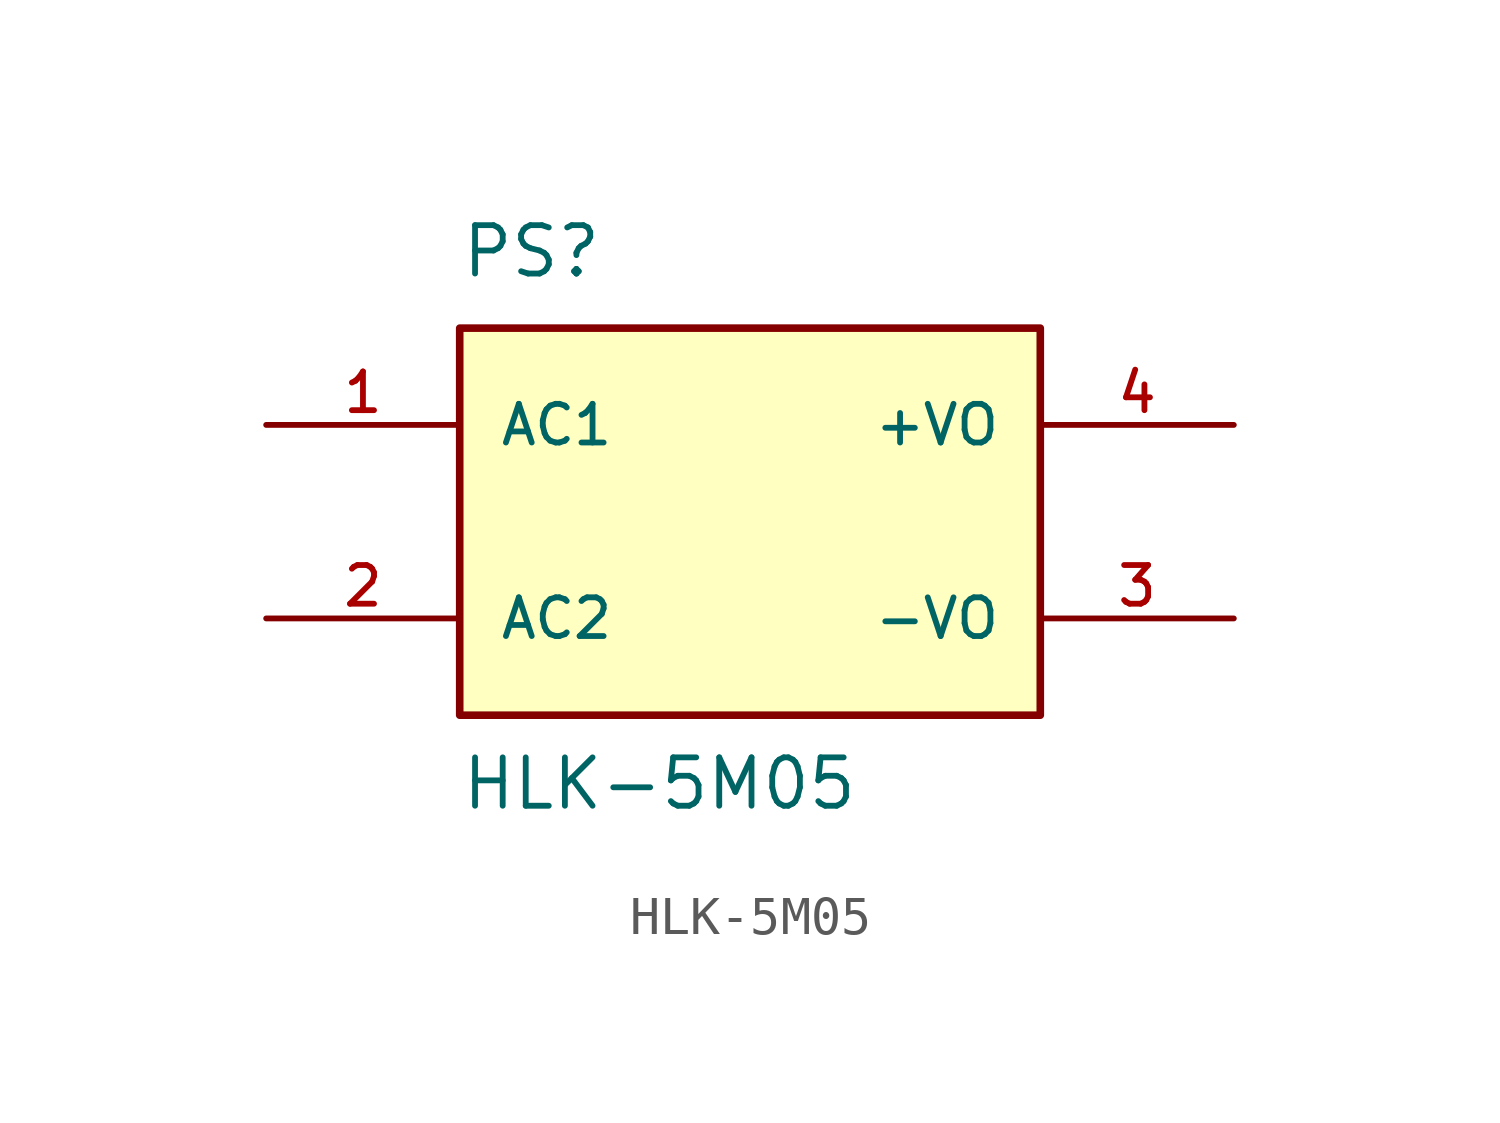
<source format=kicad_sym>
(kicad_symbol_lib
  (version 20231120)
  (generator "kicad_symbol_editor")
  (generator_version "8.0")
  (symbol "HLK-5M05"
    (pin_names
      (offset 1.016))
    (property "Reference" "PS"
      (at -7.62 6.35 0)
      (effects (font (size 1.27 1.27)) (justify left bottom)))
    (property "Value" "HLK-5M05"
      (at -7.62 -7.62 0)
      (effects (font (size 1.27 1.27)) (justify left bottom)))
    (symbol "HLK-5M05_0_0"
      (rectangle (start -7.62 -5.08) (end 7.62 5.08) (stroke (width 0.2) (type default)) (fill (type background)))
      (pin input line (at -12.7 2.54 0) (length 5.08) (name "AC1" (effects (font (size 1.016 1.016)))) (number "1" (effects (font (size 1.016 1.016)))))
      (pin input line (at -12.7 -2.54 0) (length 5.08) (name "AC2" (effects (font (size 1.016 1.016)))) (number "2" (effects (font (size 1.016 1.016)))))
      (pin output line (at 12.7 -2.54 180) (length 5.08) (name "-VO" (effects (font (size 1.016 1.016)))) (number "3" (effects (font (size 1.016 1.016)))))
      (pin output line (at 12.7 2.54 180) (length 5.08) (name "+VO" (effects (font (size 1.016 1.016)))) (number "4" (effects (font (size 1.016 1.016))))))))
</source>
